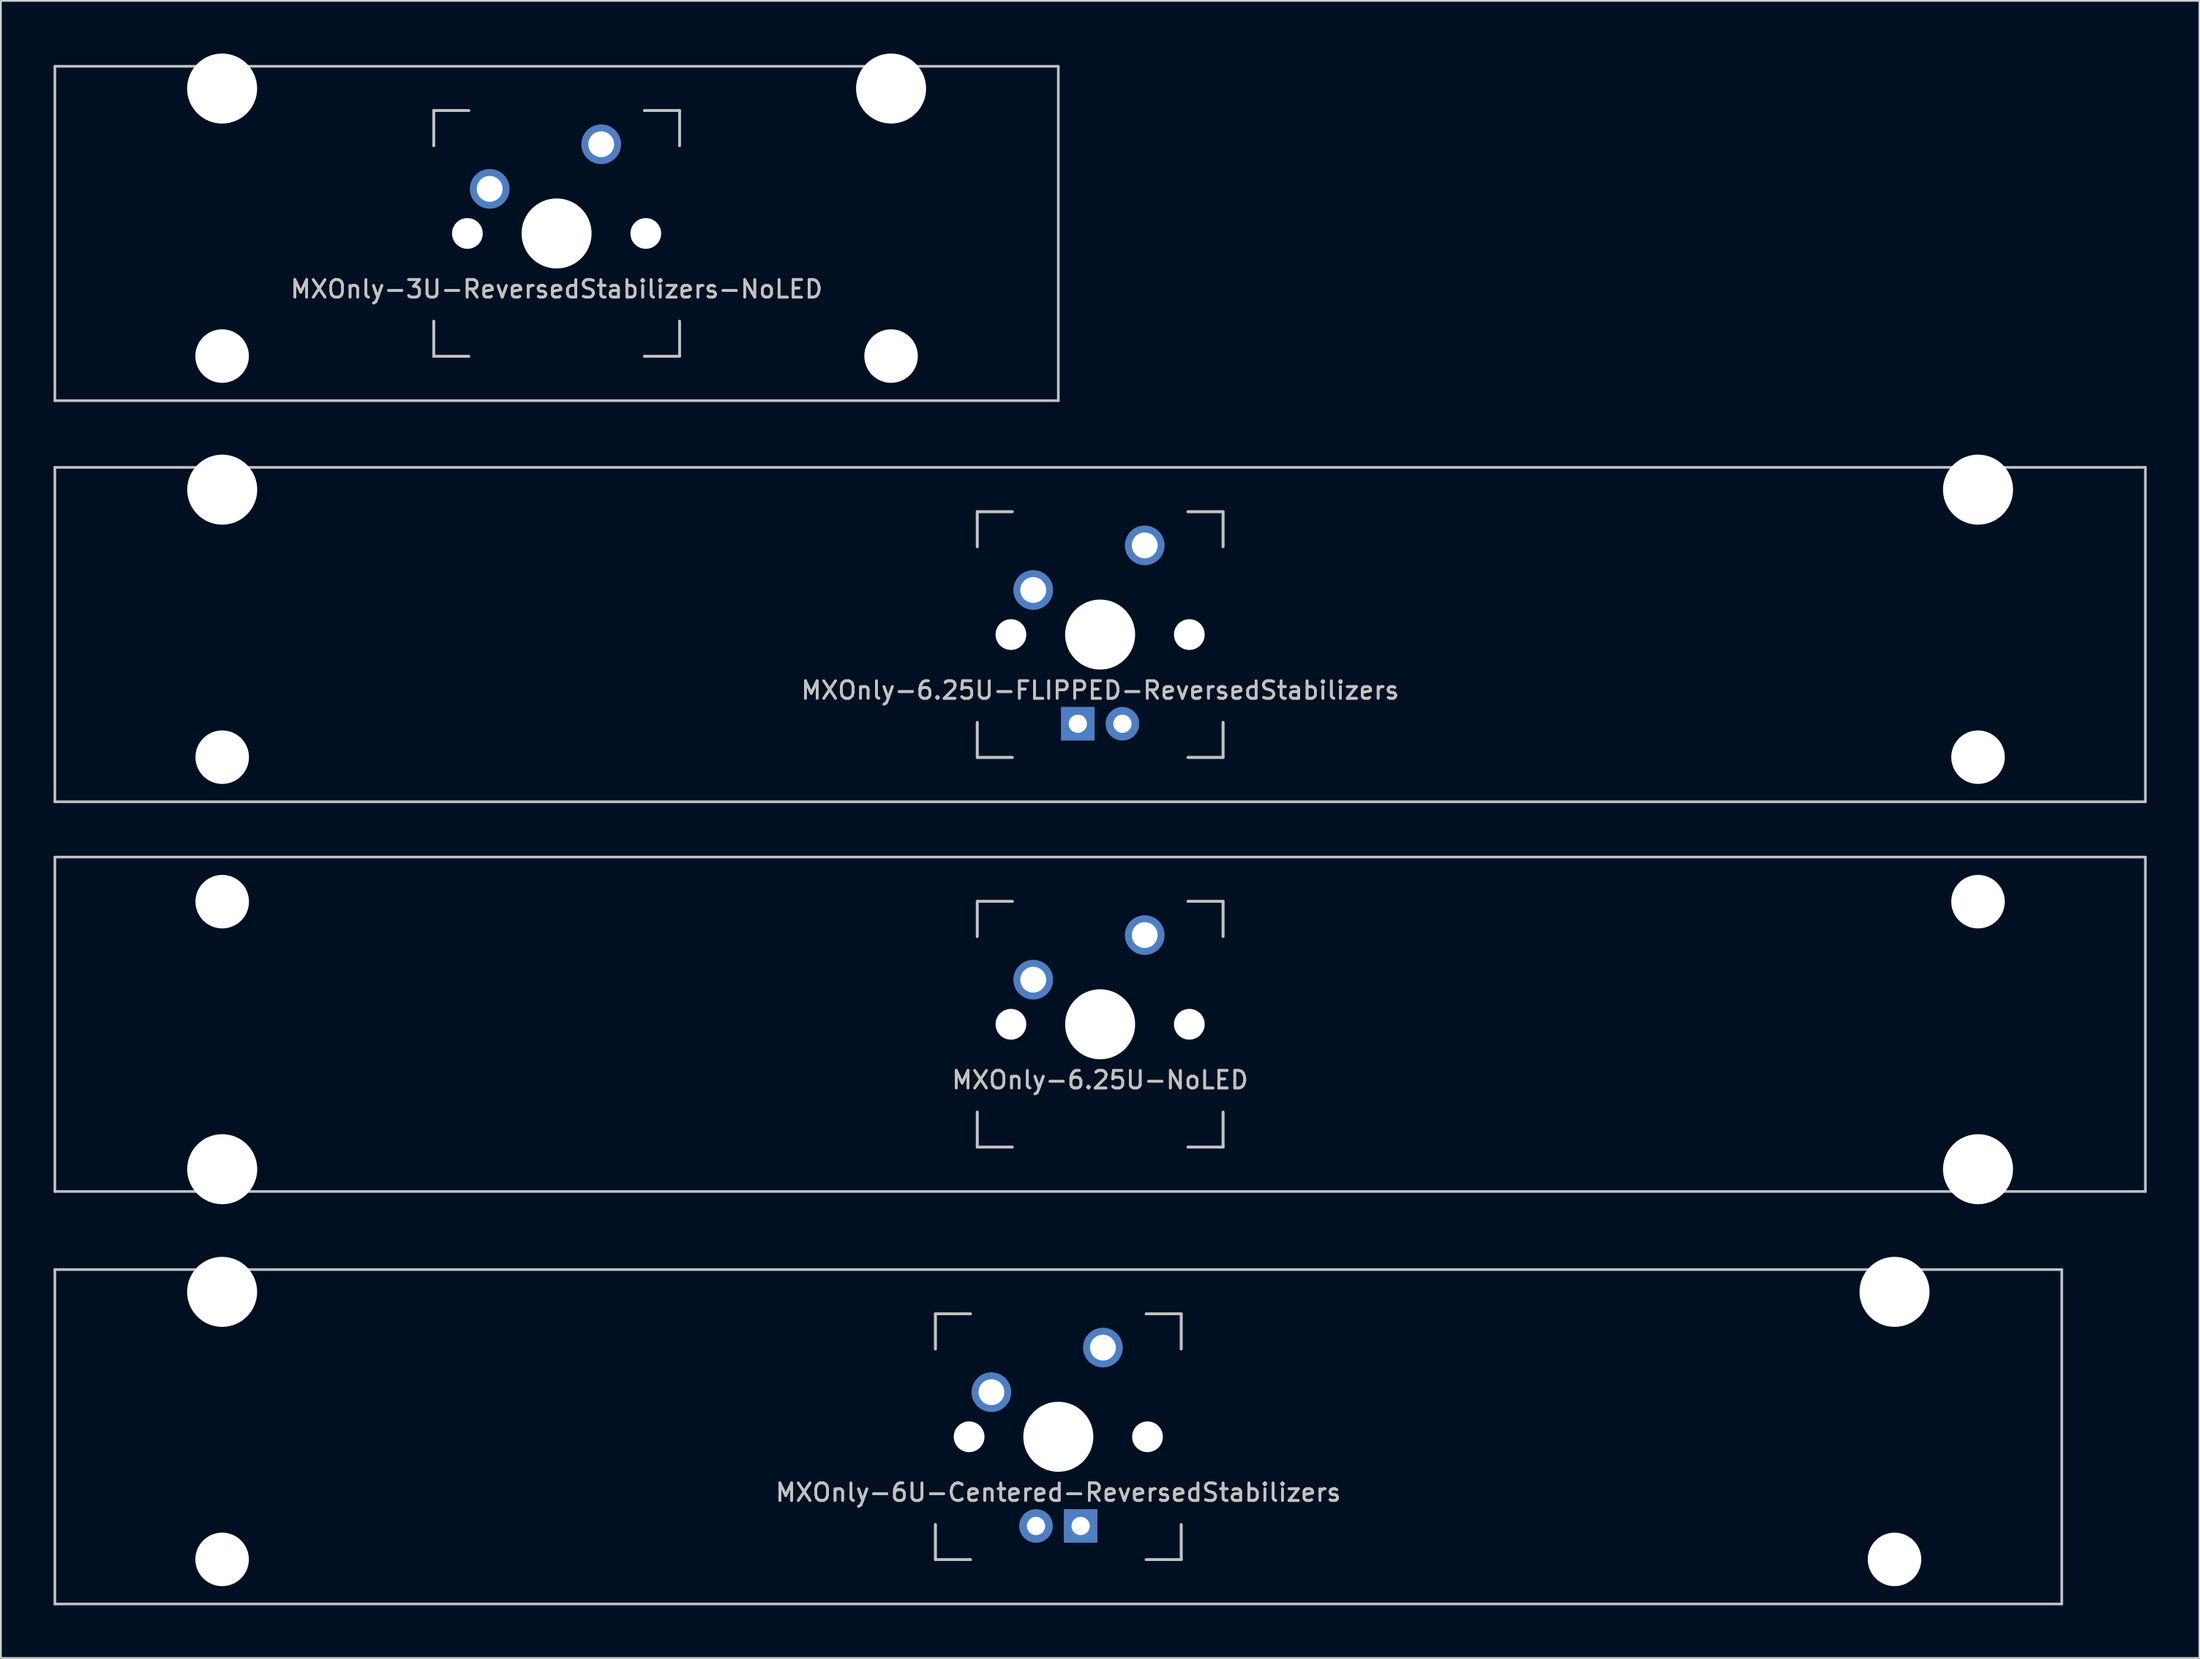
<source format=kicad_pcb>
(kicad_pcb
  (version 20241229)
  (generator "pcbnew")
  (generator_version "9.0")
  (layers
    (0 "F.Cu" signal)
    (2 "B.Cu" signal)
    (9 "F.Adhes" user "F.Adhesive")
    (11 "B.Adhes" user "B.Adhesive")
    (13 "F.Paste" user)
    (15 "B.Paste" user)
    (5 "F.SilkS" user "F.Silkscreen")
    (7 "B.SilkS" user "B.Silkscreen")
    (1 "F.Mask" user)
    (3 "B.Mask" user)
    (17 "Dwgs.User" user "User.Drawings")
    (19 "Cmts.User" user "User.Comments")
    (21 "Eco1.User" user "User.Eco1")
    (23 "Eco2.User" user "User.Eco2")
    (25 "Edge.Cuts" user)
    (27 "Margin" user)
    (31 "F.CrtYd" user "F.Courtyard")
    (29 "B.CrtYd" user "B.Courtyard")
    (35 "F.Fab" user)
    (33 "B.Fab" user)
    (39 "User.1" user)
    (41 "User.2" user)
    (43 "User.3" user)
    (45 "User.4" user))
  (footprint "MXOnly-6.25U-NoLED"
    (layer "F.Cu")
    (at 59.606 55.298)
    (property "Reference" "MXOnly-6.25U-NoLED" (at 0 3.175 0) (layer "Dwgs.User") (effects (font (size 1 1) (thickness 0.15))))
    (attr through_hole)
    (fp_line (start -7 -7) (end -7 -5) (stroke (width 0.15) (type solid)) (layer "F.SilkS"))
    (fp_line (start -7 5) (end -7 7) (stroke (width 0.15) (type solid)) (layer "F.SilkS"))
    (fp_line (start -7 7) (end -5 7) (stroke (width 0.15) (type solid)) (layer "F.SilkS"))
    (fp_line (start -5 -7) (end -7 -7) (stroke (width 0.15) (type solid)) (layer "F.SilkS"))
    (fp_line (start 5 -7) (end 7 -7) (stroke (width 0.15) (type solid)) (layer "F.SilkS"))
    (fp_line (start 5 7) (end 7 7) (stroke (width 0.15) (type solid)) (layer "F.SilkS"))
    (fp_line (start 7 -7) (end 7 -5) (stroke (width 0.15) (type solid)) (layer "F.SilkS"))
    (fp_line (start 7 7) (end 7 5) (stroke (width 0.15) (type solid)) (layer "F.SilkS"))
    (fp_line (start -59.531 -9.525) (end 59.531 -9.525) (stroke (width 0.15) (type solid)) (layer "Dwgs.User"))
    (fp_line (start -59.531 9.525) (end -59.531 -9.525) (stroke (width 0.15) (type solid)) (layer "Dwgs.User"))
    (fp_line (start -59.531 9.525) (end 59.531 9.525) (stroke (width 0.15) (type solid)) (layer "Dwgs.User"))
    (fp_line (start -7 -7) (end -7 -5) (stroke (width 0.15) (type solid)) (layer "Dwgs.User"))
    (fp_line (start -7 5) (end -7 7) (stroke (width 0.15) (type solid)) (layer "Dwgs.User"))
    (fp_line (start -7 7) (end -5 7) (stroke (width 0.15) (type solid)) (layer "Dwgs.User"))
    (fp_line (start -5 -7) (end -7 -7) (stroke (width 0.15) (type solid)) (layer "Dwgs.User"))
    (fp_line (start 5 -7) (end 7 -7) (stroke (width 0.15) (type solid)) (layer "Dwgs.User"))
    (fp_line (start 5 7) (end 7 7) (stroke (width 0.15) (type solid)) (layer "Dwgs.User"))
    (fp_line (start 7 -7) (end 7 -5) (stroke (width 0.15) (type solid)) (layer "Dwgs.User"))
    (fp_line (start 7 7) (end 7 5) (stroke (width 0.15) (type solid)) (layer "Dwgs.User"))
    (fp_line (start 59.531 -9.525) (end 59.531 9.525) (stroke (width 0.15) (type solid)) (layer "Dwgs.User"))
    (fp_text user "${REFERENCE}" (at 0 3.175 0) (layer "F.SilkS") (effects (font (size 1 1) (thickness 0.15))))
    (pad "" np_thru_hole circle (at -50 -6.985) (size 3.048 3.048) (drill 3.048) (layers "*.Cu" "*.Mask"))
    (pad "" np_thru_hole circle (at -50 8.255) (size 3.988 3.988) (drill 3.988) (layers "*.Cu" "*.Mask"))
    (pad "" np_thru_hole circle (at -5.08 0 48.1) (size 1.75 1.75) (drill 1.75) (layers "*.Cu" "*.Mask"))
    (pad "" np_thru_hole circle (at 0 0) (size 3.988 3.988) (drill 3.988) (layers "*.Cu" "*.Mask"))
    (pad "" np_thru_hole circle (at 5.08 0 48.1) (size 1.75 1.75) (drill 1.75) (layers "*.Cu" "*.Mask"))
    (pad "" np_thru_hole circle (at 50 -6.985) (size 3.048 3.048) (drill 3.048) (layers "*.Cu" "*.Mask"))
    (pad "" np_thru_hole circle (at 50 8.255) (size 3.988 3.988) (drill 3.988) (layers "*.Cu" "*.Mask"))
    (pad "1" thru_hole circle (at -3.81 -2.54) (size 2.25 2.25) (drill 1.47) (layers "*.Cu" "B.Mask"))
    (pad "2" thru_hole circle (at 2.54 -5.08) (size 2.25 2.25) (drill 1.47) (layers "*.Cu" "B.Mask")))
  (footprint "MXOnly-6.25U-FLIPPED-ReversedStabilizers"
    (layer "F.Cu")
    (at 59.606 33.098)
    (property "Reference" "MXOnly-6.25U-FLIPPED-ReversedStabilizers" (at 0 3.175 0) (layer "Dwgs.User") (effects (font (size 1 1) (thickness 0.15))))
    (attr through_hole)
    (fp_line (start -7 -7) (end -7 -5) (stroke (width 0.15) (type solid)) (layer "F.SilkS"))
    (fp_line (start -7 5) (end -7 7) (stroke (width 0.15) (type solid)) (layer "F.SilkS"))
    (fp_line (start -7 7) (end -5 7) (stroke (width 0.15) (type solid)) (layer "F.SilkS"))
    (fp_line (start -5 -7) (end -7 -7) (stroke (width 0.15) (type solid)) (layer "F.SilkS"))
    (fp_line (start 5 -7) (end 7 -7) (stroke (width 0.15) (type solid)) (layer "F.SilkS"))
    (fp_line (start 5 7) (end 7 7) (stroke (width 0.15) (type solid)) (layer "F.SilkS"))
    (fp_line (start 7 -7) (end 7 -5) (stroke (width 0.15) (type solid)) (layer "F.SilkS"))
    (fp_line (start 7 7) (end 7 5) (stroke (width 0.15) (type solid)) (layer "F.SilkS"))
    (fp_line (start -59.531 -9.525) (end 59.531 -9.525) (stroke (width 0.15) (type solid)) (layer "Dwgs.User"))
    (fp_line (start -59.531 9.525) (end -59.531 -9.525) (stroke (width 0.15) (type solid)) (layer "Dwgs.User"))
    (fp_line (start -59.531 9.525) (end 59.531 9.525) (stroke (width 0.15) (type solid)) (layer "Dwgs.User"))
    (fp_line (start -7 -7) (end -7 -5) (stroke (width 0.15) (type solid)) (layer "Dwgs.User"))
    (fp_line (start -7 5) (end -7 7) (stroke (width 0.15) (type solid)) (layer "Dwgs.User"))
    (fp_line (start -7 7) (end -5 7) (stroke (width 0.15) (type solid)) (layer "Dwgs.User"))
    (fp_line (start -5 -7) (end -7 -7) (stroke (width 0.15) (type solid)) (layer "Dwgs.User"))
    (fp_line (start 5 -7) (end 7 -7) (stroke (width 0.15) (type solid)) (layer "Dwgs.User"))
    (fp_line (start 5 7) (end 7 7) (stroke (width 0.15) (type solid)) (layer "Dwgs.User"))
    (fp_line (start 7 -7) (end 7 -5) (stroke (width 0.15) (type solid)) (layer "Dwgs.User"))
    (fp_line (start 7 7) (end 7 5) (stroke (width 0.15) (type solid)) (layer "Dwgs.User"))
    (fp_line (start 59.531 -9.525) (end 59.531 9.525) (stroke (width 0.15) (type solid)) (layer "Dwgs.User"))
    (fp_text user "${REFERENCE}" (at 0 3.175 0) (layer "F.SilkS") (effects (font (size 1 1) (thickness 0.15))))
    (pad "" np_thru_hole circle (at -50 -8.255) (size 3.988 3.988) (drill 3.988) (layers "*.Cu" "*.Mask"))
    (pad "" np_thru_hole circle (at -50 6.985) (size 3.048 3.048) (drill 3.048) (layers "*.Cu" "*.Mask"))
    (pad "" np_thru_hole circle (at -5.08 0 48.1) (size 1.75 1.75) (drill 1.75) (layers "*.Cu" "*.Mask"))
    (pad "" np_thru_hole circle (at 0 0) (size 3.988 3.988) (drill 3.988) (layers "*.Cu" "*.Mask"))
    (pad "" np_thru_hole circle (at 5.08 0 48.1) (size 1.75 1.75) (drill 1.75) (layers "*.Cu" "*.Mask"))
    (pad "" np_thru_hole circle (at 50 -8.255) (size 3.988 3.988) (drill 3.988) (layers "*.Cu" "*.Mask"))
    (pad "" np_thru_hole circle (at 50 6.985) (size 3.048 3.048) (drill 3.048) (layers "*.Cu" "*.Mask"))
    (pad "1" thru_hole circle (at -3.81 -2.54) (size 2.25 2.25) (drill 1.47) (layers "*.Cu" "B.Mask"))
    (pad "2" thru_hole circle (at 2.54 -5.08) (size 2.25 2.25) (drill 1.47) (layers "*.Cu" "B.Mask"))
    (pad "3" thru_hole circle (at 1.27 5.08) (size 1.905 1.905) (drill 1.04) (layers "*.Cu" "B.Mask"))
    (pad "4" thru_hole rect (at -1.27 5.08) (size 1.905 1.905) (drill 1.04) (layers "*.Cu" "B.Mask")))
  (footprint "MXOnly-3U-ReversedStabilizers-NoLED"
    (layer "F.Cu")
    (at 28.65 10.249)
    (property "Reference" "MXOnly-3U-ReversedStabilizers-NoLED" (at 0 3.175 0) (layer "Dwgs.User") (effects (font (size 1 1) (thickness 0.15))))
    (attr through_hole)
    (fp_line (start -7 -7) (end -7 -5) (stroke (width 0.15) (type solid)) (layer "F.SilkS"))
    (fp_line (start -7 5) (end -7 7) (stroke (width 0.15) (type solid)) (layer "F.SilkS"))
    (fp_line (start -7 7) (end -5 7) (stroke (width 0.15) (type solid)) (layer "F.SilkS"))
    (fp_line (start -5 -7) (end -7 -7) (stroke (width 0.15) (type solid)) (layer "F.SilkS"))
    (fp_line (start 5 -7) (end 7 -7) (stroke (width 0.15) (type solid)) (layer "F.SilkS"))
    (fp_line (start 5 7) (end 7 7) (stroke (width 0.15) (type solid)) (layer "F.SilkS"))
    (fp_line (start 7 -7) (end 7 -5) (stroke (width 0.15) (type solid)) (layer "F.SilkS"))
    (fp_line (start 7 7) (end 7 5) (stroke (width 0.15) (type solid)) (layer "F.SilkS"))
    (fp_line (start -28.575 -9.525) (end 28.575 -9.525) (stroke (width 0.15) (type solid)) (layer "Dwgs.User"))
    (fp_line (start -28.575 9.525) (end -28.575 -9.525) (stroke (width 0.15) (type solid)) (layer "Dwgs.User"))
    (fp_line (start -28.575 9.525) (end 28.575 9.525) (stroke (width 0.15) (type solid)) (layer "Dwgs.User"))
    (fp_line (start -7 -7) (end -7 -5) (stroke (width 0.15) (type solid)) (layer "Dwgs.User"))
    (fp_line (start -7 5) (end -7 7) (stroke (width 0.15) (type solid)) (layer "Dwgs.User"))
    (fp_line (start -7 7) (end -5 7) (stroke (width 0.15) (type solid)) (layer "Dwgs.User"))
    (fp_line (start -5 -7) (end -7 -7) (stroke (width 0.15) (type solid)) (layer "Dwgs.User"))
    (fp_line (start 5 -7) (end 7 -7) (stroke (width 0.15) (type solid)) (layer "Dwgs.User"))
    (fp_line (start 5 7) (end 7 7) (stroke (width 0.15) (type solid)) (layer "Dwgs.User"))
    (fp_line (start 7 -7) (end 7 -5) (stroke (width 0.15) (type solid)) (layer "Dwgs.User"))
    (fp_line (start 7 7) (end 7 5) (stroke (width 0.15) (type solid)) (layer "Dwgs.User"))
    (fp_line (start 28.575 -9.525) (end 28.575 9.525) (stroke (width 0.15) (type solid)) (layer "Dwgs.User"))
    (fp_text user "${REFERENCE}" (at 0 3.175 0) (layer "F.SilkS") (effects (font (size 1 1) (thickness 0.15))))
    (pad "" np_thru_hole circle (at -19.05 -8.255) (size 3.988 3.988) (drill 3.988) (layers "*.Cu" "*.Mask"))
    (pad "" np_thru_hole circle (at -19.05 6.985) (size 3.048 3.048) (drill 3.048) (layers "*.Cu" "*.Mask"))
    (pad "" np_thru_hole circle (at -5.08 0 48.1) (size 1.75 1.75) (drill 1.75) (layers "*.Cu" "*.Mask"))
    (pad "" np_thru_hole circle (at 0 0) (size 3.988 3.988) (drill 3.988) (layers "*.Cu" "*.Mask"))
    (pad "" np_thru_hole circle (at 5.08 0 48.1) (size 1.75 1.75) (drill 1.75) (layers "*.Cu" "*.Mask"))
    (pad "" np_thru_hole circle (at 19.05 -8.255) (size 3.988 3.988) (drill 3.988) (layers "*.Cu" "*.Mask"))
    (pad "" np_thru_hole circle (at 19.05 6.985) (size 3.048 3.048) (drill 3.048) (layers "*.Cu" "*.Mask"))
    (pad "1" thru_hole circle (at -3.81 -2.54 48.1) (size 2.25 2.25) (drill 1.47) (layers "*.Cu" "B.Mask"))
    (pad "2" thru_hole circle (at 2.54 -5.08) (size 2.25 2.25) (drill 1.47) (layers "*.Cu" "B.Mask")))
  (footprint "MXOnly-6U-Centered-ReversedStabilizers"
    (layer "F.Cu")
    (at 57.225 78.796)
    (property "Reference" "MXOnly-6U-Centered-ReversedStabilizers" (at 0 3.175 0) (layer "Dwgs.User") (effects (font (size 1 1) (thickness 0.15))))
    (attr through_hole)
    (fp_line (start -7 -7) (end -7 -5) (stroke (width 0.15) (type solid)) (layer "F.SilkS"))
    (fp_line (start -7 5) (end -7 7) (stroke (width 0.15) (type solid)) (layer "F.SilkS"))
    (fp_line (start -7 7) (end -5 7) (stroke (width 0.15) (type solid)) (layer "F.SilkS"))
    (fp_line (start -5 -7) (end -7 -7) (stroke (width 0.15) (type solid)) (layer "F.SilkS"))
    (fp_line (start 5 -7) (end 7 -7) (stroke (width 0.15) (type solid)) (layer "F.SilkS"))
    (fp_line (start 5 7) (end 7 7) (stroke (width 0.15) (type solid)) (layer "F.SilkS"))
    (fp_line (start 7 -7) (end 7 -5) (stroke (width 0.15) (type solid)) (layer "F.SilkS"))
    (fp_line (start 7 7) (end 7 5) (stroke (width 0.15) (type solid)) (layer "F.SilkS"))
    (fp_line (start -57.15 -9.525) (end 57.15 -9.525) (stroke (width 0.15) (type solid)) (layer "Dwgs.User"))
    (fp_line (start -57.15 9.525) (end -57.15 -9.525) (stroke (width 0.15) (type solid)) (layer "Dwgs.User"))
    (fp_line (start -57.15 9.525) (end 57.15 9.525) (stroke (width 0.15) (type solid)) (layer "Dwgs.User"))
    (fp_line (start -7 -7) (end -7 -5) (stroke (width 0.15) (type solid)) (layer "Dwgs.User"))
    (fp_line (start -7 5) (end -7 7) (stroke (width 0.15) (type solid)) (layer "Dwgs.User"))
    (fp_line (start -7 7) (end -5 7) (stroke (width 0.15) (type solid)) (layer "Dwgs.User"))
    (fp_line (start -5 -7) (end -7 -7) (stroke (width 0.15) (type solid)) (layer "Dwgs.User"))
    (fp_line (start 5 -7) (end 7 -7) (stroke (width 0.15) (type solid)) (layer "Dwgs.User"))
    (fp_line (start 5 7) (end 7 7) (stroke (width 0.15) (type solid)) (layer "Dwgs.User"))
    (fp_line (start 7 -7) (end 7 -5) (stroke (width 0.15) (type solid)) (layer "Dwgs.User"))
    (fp_line (start 7 7) (end 7 5) (stroke (width 0.15) (type solid)) (layer "Dwgs.User"))
    (fp_line (start 57.15 -9.525) (end 57.15 9.525) (stroke (width 0.15) (type solid)) (layer "Dwgs.User"))
    (fp_text user "${REFERENCE}" (at 0 3.175 0) (layer "F.SilkS") (effects (font (size 1 1) (thickness 0.15))))
    (pad "" np_thru_hole circle (at -47.625 -8.255) (size 3.988 3.988) (drill 3.988) (layers "*.Cu" "*.Mask"))
    (pad "" np_thru_hole circle (at -47.625 6.985) (size 3.048 3.048) (drill 3.048) (layers "*.Cu" "*.Mask"))
    (pad "" np_thru_hole circle (at -5.08 0 48.1) (size 1.75 1.75) (drill 1.75) (layers "*.Cu" "*.Mask"))
    (pad "" np_thru_hole circle (at 0 0) (size 3.988 3.988) (drill 3.988) (layers "*.Cu" "*.Mask"))
    (pad "" np_thru_hole circle (at 5.08 0 48.1) (size 1.75 1.75) (drill 1.75) (layers "*.Cu" "*.Mask"))
    (pad "" np_thru_hole circle (at 47.625 -8.255) (size 3.988 3.988) (drill 3.988) (layers "*.Cu" "*.Mask"))
    (pad "" np_thru_hole circle (at 47.625 6.985) (size 3.048 3.048) (drill 3.048) (layers "*.Cu" "*.Mask"))
    (pad "1" thru_hole circle (at -3.81 -2.54) (size 2.25 2.25) (drill 1.47) (layers "*.Cu" "B.Mask"))
    (pad "2" thru_hole circle (at 2.54 -5.08) (size 2.25 2.25) (drill 1.47) (layers "*.Cu" "B.Mask"))
    (pad "3" thru_hole circle (at -1.27 5.08) (size 1.905 1.905) (drill 1.04) (layers "*.Cu" "B.Mask"))
    (pad "4" thru_hole rect (at 1.27 5.08) (size 1.905 1.905) (drill 1.04) (layers "*.Cu" "B.Mask")))
  (gr_rect
    (start -3 -3)
    (end 122.213 91.396)
    (stroke (width 0.1) (type default))
    (fill no)
    (layer "Edge.Cuts")))
</source>
